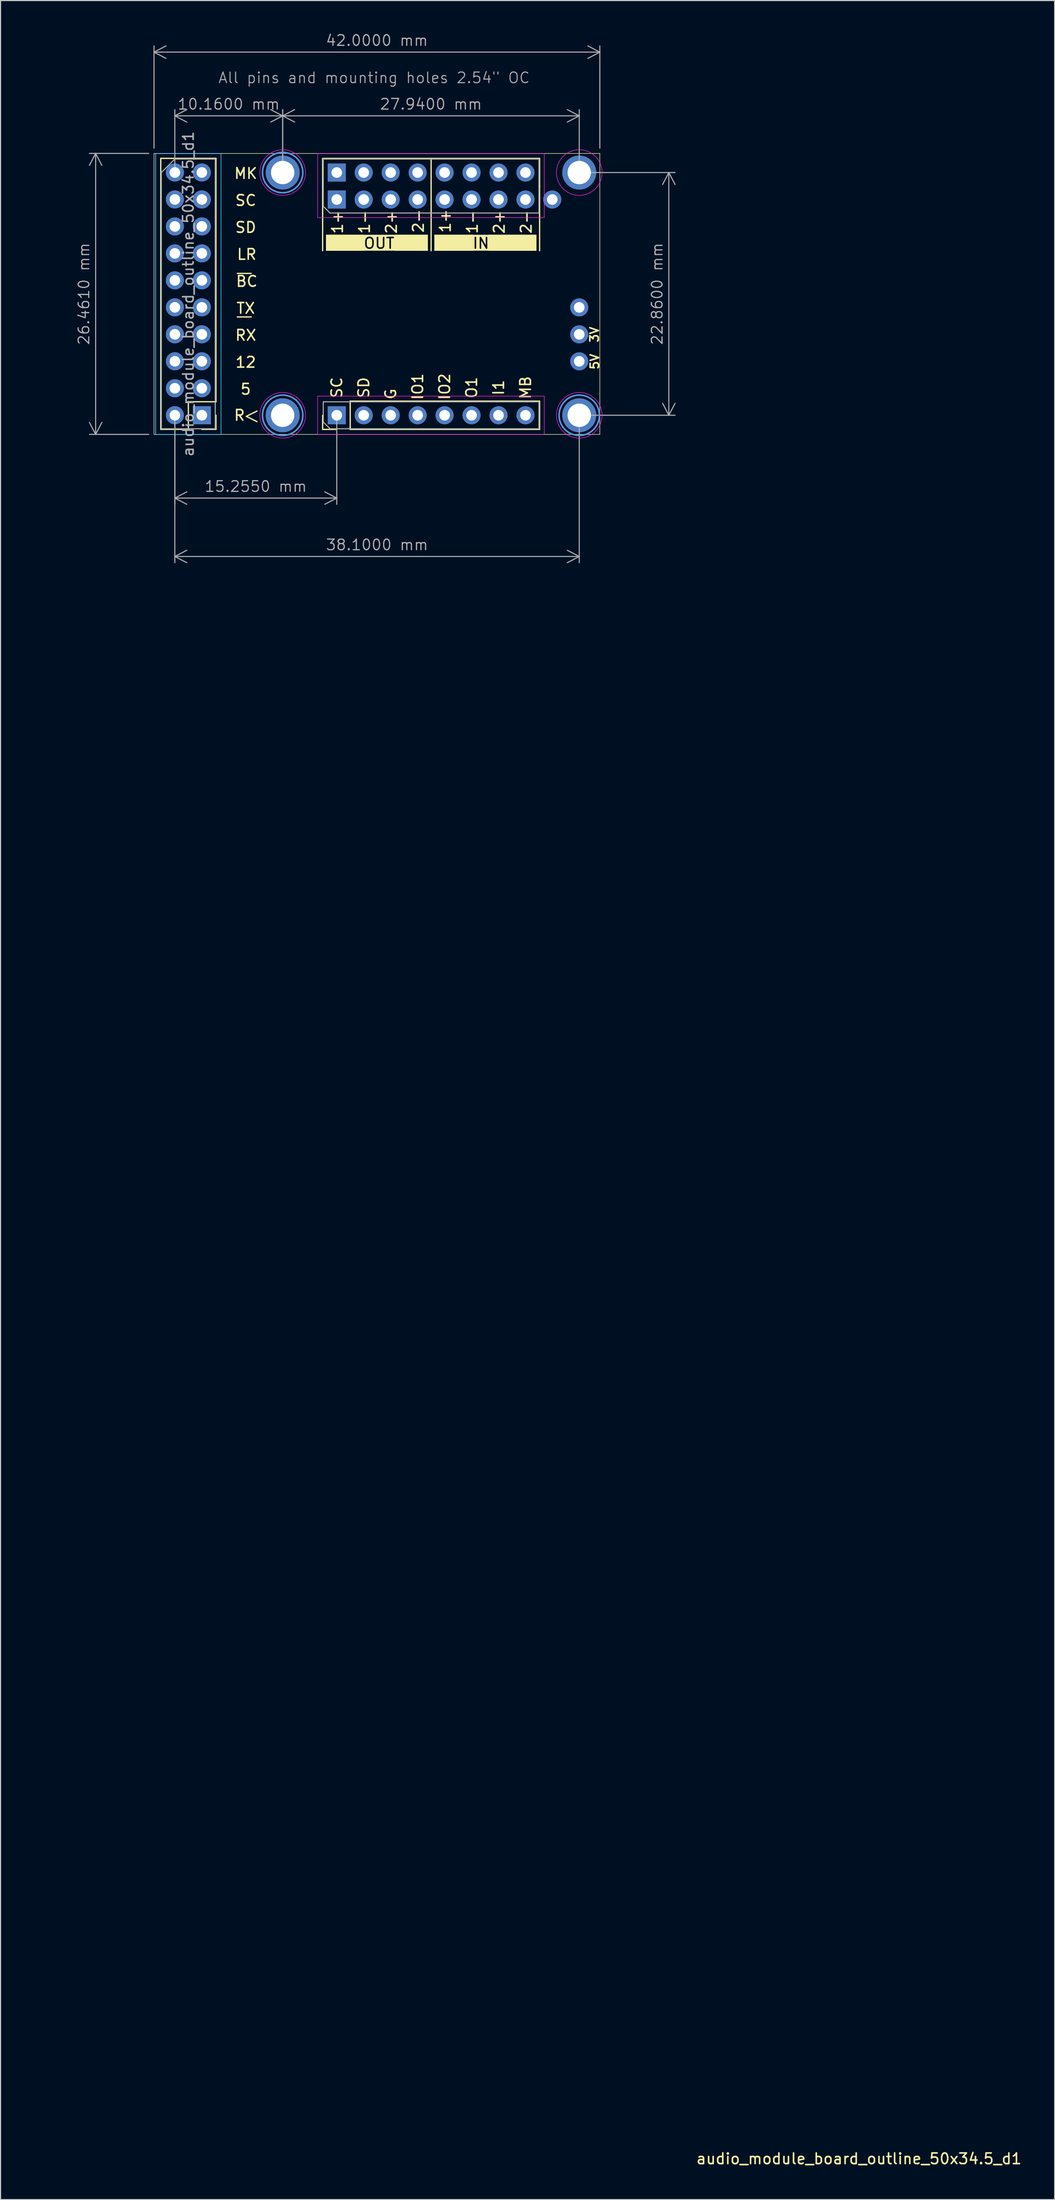
<source format=kicad_pcb>
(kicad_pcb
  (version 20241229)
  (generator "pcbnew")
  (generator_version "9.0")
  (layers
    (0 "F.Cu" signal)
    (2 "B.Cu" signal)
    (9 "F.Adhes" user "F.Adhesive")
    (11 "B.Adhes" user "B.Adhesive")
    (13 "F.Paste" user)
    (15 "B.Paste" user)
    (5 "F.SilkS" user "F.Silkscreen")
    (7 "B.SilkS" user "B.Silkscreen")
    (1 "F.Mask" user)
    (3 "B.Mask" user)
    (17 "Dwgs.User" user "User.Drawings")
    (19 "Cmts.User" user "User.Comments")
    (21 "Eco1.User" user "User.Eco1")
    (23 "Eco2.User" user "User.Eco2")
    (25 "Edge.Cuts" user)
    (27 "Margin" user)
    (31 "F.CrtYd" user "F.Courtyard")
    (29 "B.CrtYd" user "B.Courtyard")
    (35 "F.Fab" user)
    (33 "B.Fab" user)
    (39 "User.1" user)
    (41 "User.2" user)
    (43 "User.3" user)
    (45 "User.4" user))
  (footprint "audio_module_board_outline_50x34.5_d1"
    (layer "F.Cu")
    (at 11.46 37.861)
    (property "Reference" "audio_module_board_outline_50x34.5_d1" (at 66.414 162.401 180) (layer "F.SilkS") (effects (font (size 1 1) (thickness 0.15))))
    (attr through_hole exclude_from_bom)
    (fp_line (start 0 -26.46) (end 42 -26.46) (stroke (width 0.05) (type default)) (layer "F.SilkS"))
    (fp_line (start 0 0) (end 0 -26.46) (stroke (width 0.05) (type default)) (layer "F.SilkS"))
    (fp_line (start 0.635 -0.475) (end 0.635 -25.995) (stroke (width 0.12) (type solid)) (layer "F.SilkS"))
    (fp_line (start 3.235 -3.075) (end 3.235 -0.475) (stroke (width 0.12) (type solid)) (layer "F.SilkS"))
    (fp_line (start 3.235 -0.475) (end 0.635 -0.475) (stroke (width 0.12) (type solid)) (layer "F.SilkS"))
    (fp_line (start 5.835 -25.995) (end 0.635 -25.995) (stroke (width 0.12) (type solid)) (layer "F.SilkS"))
    (fp_line (start 5.835 -3.075) (end 3.235 -3.075) (stroke (width 0.12) (type solid)) (layer "F.SilkS"))
    (fp_line (start 5.835 -3.075) (end 5.835 -25.995) (stroke (width 0.12) (type solid)) (layer "F.SilkS"))
    (fp_line (start 5.835 -1.805) (end 5.835 -0.475) (stroke (width 0.12) (type solid)) (layer "F.SilkS"))
    (fp_line (start 5.835 -0.475) (end 4.505 -0.475) (stroke (width 0.12) (type solid)) (layer "F.SilkS"))
    (fp_line (start 7.845 -15.16) (end 9.155 -15.16) (stroke (width 0.12) (type solid)) (layer "F.SilkS"))
    (fp_line (start 8.7 -1.7) (end 9.7 -1.2) (stroke (width 0.12) (type solid)) (layer "F.SilkS"))
    (fp_line (start 9.155 -11.06) (end 7.845 -11.06) (stroke (width 0.12) (type solid)) (layer "F.SilkS"))
    (fp_line (start 9.7 -2.2) (end 8.7 -1.7) (stroke (width 0.12) (type solid)) (layer "F.SilkS"))
    (fp_line (start 15.885 -25.99) (end 36.325 -25.99) (stroke (width 0.12) (type solid)) (layer "F.SilkS"))
    (fp_line (start 15.885 -20.79) (end 15.885 -25.99) (stroke (width 0.12) (type solid)) (layer "F.SilkS"))
    (fp_line (start 15.885 -20.79) (end 15.885 -17.3) (stroke (width 0.12) (type solid)) (layer "F.SilkS"))
    (fp_line (start 15.885 -0.47) (end 15.885 -1.8) (stroke (width 0.12) (type solid)) (layer "F.SilkS"))
    (fp_line (start 17.215 -0.47) (end 15.885 -0.47) (stroke (width 0.12) (type solid)) (layer "F.SilkS"))
    (fp_line (start 18.485 -3.13) (end 36.325 -3.13) (stroke (width 0.12) (type solid)) (layer "F.SilkS"))
    (fp_line (start 18.485 -0.47) (end 18.485 -3.13) (stroke (width 0.12) (type solid)) (layer "F.SilkS"))
    (fp_line (start 18.485 -0.47) (end 36.325 -0.47) (stroke (width 0.12) (type solid)) (layer "F.SilkS"))
    (fp_line (start 26.105 -25.99) (end 26.105 -17.3) (stroke (width 0.12) (type solid)) (layer "F.SilkS"))
    (fp_line (start 36.325 -23.33) (end 36.325 -25.99) (stroke (width 0.12) (type solid)) (layer "F.SilkS"))
    (fp_line (start 36.325 -17.3) (end 36.325 -23.45) (stroke (width 0.12) (type solid)) (layer "F.SilkS"))
    (fp_line (start 36.325 -0.47) (end 36.325 -3.13) (stroke (width 0.12) (type solid)) (layer "F.SilkS"))
    (fp_line (start 42 -26.46) (end 42 0) (stroke (width 0.05) (type default)) (layer "F.SilkS"))
    (fp_line (start 42 0) (end 0 0) (stroke (width 0.05) (type default)) (layer "F.SilkS"))
    (fp_rect (start 16.2 -18.8) (end 19.8 -17.3) (stroke (width 0) (type solid)) (fill yes) (layer "F.SilkS"))
    (fp_rect (start 16.2 -18.8) (end 25.8 -18.7) (stroke (width 0) (type solid)) (fill yes) (layer "F.SilkS"))
    (fp_rect (start 16.2 -17.4) (end 25.8 -17.3) (stroke (width 0) (type solid)) (fill yes) (layer "F.SilkS"))
    (fp_rect (start 22.7 -18.8) (end 25.8 -17.3) (stroke (width 0) (type solid)) (fill yes) (layer "F.SilkS"))
    (fp_rect (start 26.4 -18.8) (end 36 -18.7) (stroke (width 0) (type solid)) (fill yes) (layer "F.SilkS"))
    (fp_rect (start 26.4 -17.4) (end 36 -17.3) (stroke (width 0) (type solid)) (fill yes) (layer "F.SilkS"))
    (fp_rect (start 26.41 -18.8) (end 30.1 -17.3) (stroke (width 0) (type solid)) (fill yes) (layer "F.SilkS"))
    (fp_rect (start 31.5 -18.8) (end 36.03 -17.3) (stroke (width 0) (type solid)) (fill yes) (layer "F.SilkS"))
    (fp_circle (center 12.12 -24.66) (end 14.02 -24.66) (stroke (width 0.15) (type solid)) (fill no) (layer "Cmts.User"))
    (fp_circle (center 12.12 -1.8) (end 14.02 -1.8) (stroke (width 0.15) (type solid)) (fill no) (layer "Cmts.User"))
    (fp_circle (center 40.06 -1.8) (end 41.96 -1.8) (stroke (width 0.15) (type solid)) (fill no) (layer "Cmts.User"))
    (fp_rect (start 0.15 -26.46) (end 6.31 0) (stroke (width 0.05) (type default)) (fill no) (layer "B.CrtYd"))
    (fp_line (start 0.155 -26.455) (end 0.155 -0.005) (stroke (width 0.05) (type solid)) (layer "F.CrtYd"))
    (fp_line (start 0.155 -0.005) (end 6.305 -0.005) (stroke (width 0.05) (type solid)) (layer "F.CrtYd"))
    (fp_line (start 6.305 -26.455) (end 0.155 -26.455) (stroke (width 0.05) (type solid)) (layer "F.CrtYd"))
    (fp_line (start 6.305 -0.005) (end 6.305 -26.455) (stroke (width 0.05) (type solid)) (layer "F.CrtYd"))
    (fp_line (start 15.415 -26.46) (end 15.415 -20.42) (stroke (width 0.05) (type solid)) (layer "F.CrtYd"))
    (fp_line (start 15.415 -20.42) (end 36.765 -20.42) (stroke (width 0.05) (type solid)) (layer "F.CrtYd"))
    (fp_line (start 15.415 -3.6) (end 15.415 0) (stroke (width 0.05) (type solid)) (layer "F.CrtYd"))
    (fp_line (start 15.415 0) (end 36.765 0) (stroke (width 0.05) (type solid)) (layer "F.CrtYd"))
    (fp_line (start 36.765 -26.46) (end 15.415 -26.46) (stroke (width 0.05) (type solid)) (layer "F.CrtYd"))
    (fp_line (start 36.765 -20.42) (end 36.765 -26.46) (stroke (width 0.05) (type solid)) (layer "F.CrtYd"))
    (fp_line (start 36.765 -3.6) (end 15.415 -3.6) (stroke (width 0.05) (type solid)) (layer "F.CrtYd"))
    (fp_line (start 36.765 0) (end 36.765 -3.6) (stroke (width 0.05) (type solid)) (layer "F.CrtYd"))
    (fp_circle (center 12.12 -24.66) (end 14.27 -24.66) (stroke (width 0.05) (type solid)) (fill no) (layer "F.CrtYd"))
    (fp_circle (center 12.12 -1.8) (end 14.27 -1.8) (stroke (width 0.05) (type solid)) (fill no) (layer "F.CrtYd"))
    (fp_circle (center 40.06 -24.66) (end 42.21 -24.66) (stroke (width 0.05) (type solid)) (fill no) (layer "F.CrtYd"))
    (fp_circle (center 40.06 -1.8) (end 42.21 -1.8) (stroke (width 0.05) (type solid)) (fill no) (layer "F.CrtYd"))
    (fp_line (start 0.69 -24.66) (end 1.96 -25.93) (stroke (width 0.1) (type solid)) (layer "F.Fab"))
    (fp_line (start 0.69 -0.53) (end 0.69 -24.66) (stroke (width 0.1) (type solid)) (layer "F.Fab"))
    (fp_line (start 1.96 -25.93) (end 5.77 -25.93) (stroke (width 0.1) (type solid)) (layer "F.Fab"))
    (fp_line (start 5.77 -25.93) (end 5.77 -0.53) (stroke (width 0.1) (type solid)) (layer "F.Fab"))
    (fp_line (start 5.77 -0.53) (end 0.69 -0.53) (stroke (width 0.1) (type solid)) (layer "F.Fab"))
    (fp_line (start 15.945 -25.93) (end 36.265 -25.93) (stroke (width 0.1) (type solid)) (layer "F.Fab"))
    (fp_line (start 15.945 -24.025) (end 15.945 -25.93) (stroke (width 0.1) (type solid)) (layer "F.Fab"))
    (fp_line (start 15.945 -21.485) (end 15.945 -25.99) (stroke (width 0.1) (type solid)) (layer "F.Fab"))
    (fp_line (start 15.945 -3.07) (end 36.265 -3.07) (stroke (width 0.1) (type solid)) (layer "F.Fab"))
    (fp_line (start 15.945 -1.165) (end 15.945 -3.07) (stroke (width 0.1) (type solid)) (layer "F.Fab"))
    (fp_line (start 16.58 -20.85) (end 15.945 -21.485) (stroke (width 0.1) (type solid)) (layer "F.Fab"))
    (fp_line (start 16.58 -0.53) (end 15.945 -1.165) (stroke (width 0.1) (type solid)) (layer "F.Fab"))
    (fp_line (start 36.265 -25.93) (end 36.265 -23.39) (stroke (width 0.1) (type solid)) (layer "F.Fab"))
    (fp_line (start 36.265 -23.39) (end 36.265 -20.85) (stroke (width 0.1) (type solid)) (layer "F.Fab"))
    (fp_line (start 36.265 -20.85) (end 16.58 -20.85) (stroke (width 0.1) (type solid)) (layer "F.Fab"))
    (fp_line (start 36.265 -3.07) (end 36.265 -0.53) (stroke (width 0.1) (type solid)) (layer "F.Fab"))
    (fp_line (start 36.265 -0.53) (end 16.58 -0.53) (stroke (width 0.1) (type solid)) (layer "F.Fab"))
    (fp_text user "BC" (at 8.735 -14.415 0) (unlocked yes) (layer "F.SilkS") (effects (font (size 1 1) (thickness 0.15))))
    (fp_text user "2-" (at 24.9 -20.1 90) (unlocked yes) (layer "F.SilkS") (effects (font (size 1 1) (thickness 0.15))))
    (fp_text user "TX" (at 8.64 -11.875 0) (unlocked yes) (layer "F.SilkS") (effects (font (size 1 1) (thickness 0.15))))
    (fp_text user "SC" (at 17.22 -4.405 90) (unlocked yes) (layer "F.SilkS") (effects (font (size 1 1) (thickness 0.15))))
    (fp_text user "5V" (at 41.52 -6.85 90) (unlocked yes) (layer "F.SilkS") (effects (font (size 0.8 0.8) (thickness 0.15))))
    (fp_text user "IO2" (at 27.38 -4.5 90) (unlocked yes) (layer "F.SilkS") (effects (font (size 1 1) (thickness 0.15))))
    (fp_text user "1+" (at 27.44 -20.1 90) (unlocked yes) (layer "F.SilkS") (effects (font (size 1 1) (thickness 0.15))))
    (fp_text user "12" (at 8.64 -6.795 0) (unlocked yes) (layer "F.SilkS") (effects (font (size 1 1) (thickness 0.15))))
    (fp_text user "O1" (at 29.92 -4.405 90) (unlocked yes) (layer "F.SilkS") (effects (font (size 1 1) (thickness 0.15))))
    (fp_text user "G" (at 22.3 -3.805 90) (unlocked yes) (layer "F.SilkS") (effects (font (size 1 1) (thickness 0.15))))
    (fp_text user "MB" (at 35 -4.405 90) (unlocked yes) (layer "F.SilkS") (effects (font (size 1 1) (thickness 0.15))))
    (fp_text user "1-" (at 29.98 -20.005 90) (unlocked yes) (layer "F.SilkS") (effects (font (size 1 1) (thickness 0.15))))
    (fp_text user "3V" (at 41.49 -9.4 90) (unlocked yes) (layer "F.SilkS") (effects (font (size 0.8 0.8) (thickness 0.15))))
    (fp_text user "SD" (at 19.76 -4.405 90) (unlocked yes) (layer "F.SilkS") (effects (font (size 1 1) (thickness 0.15))))
    (fp_text user "2+" (at 22.36 -20.005 90) (unlocked yes) (layer "F.SilkS") (effects (font (size 1 1) (thickness 0.15))))
    (fp_text user "R" (at 8.05 -1.8 0) (unlocked yes) (layer "F.SilkS") (effects (font (size 1 1) (thickness 0.15))))
    (fp_text user "IN" (at 30.8 -18 0) (unlocked yes) (layer "F.SilkS" knockout) (effects (font (size 1 1) (thickness 0.15))))
    (fp_text user "2-" (at 35.06 -20.005 90) (unlocked yes) (layer "F.SilkS") (effects (font (size 1 1) (thickness 0.15))))
    (fp_text user "LR" (at 8.735 -16.955 0) (unlocked yes) (layer "F.SilkS") (effects (font (size 1 1) (thickness 0.15))))
    (fp_text user "5" (at 8.64 -4.255 0) (unlocked yes) (layer "F.SilkS") (effects (font (size 1 1) (thickness 0.15))))
    (fp_text user "RX" (at 8.64 -9.335 0) (unlocked yes) (layer "F.SilkS") (effects (font (size 1 1) (thickness 0.15))))
    (fp_text user "OUT" (at 21.2 -18 0) (unlocked yes) (layer "F.SilkS" knockout) (effects (font (size 1 1) (thickness 0.15))))
    (fp_text user "1+" (at 17.28 -20.005 90) (unlocked yes) (layer "F.SilkS") (effects (font (size 1 1) (thickness 0.15))))
    (fp_text user "SD" (at 8.64 -19.495 0) (unlocked yes) (layer "F.SilkS") (effects (font (size 1 1) (thickness 0.15))))
    (fp_text user "MK" (at 8.64 -24.575 0) (unlocked yes) (layer "F.SilkS") (effects (font (size 1 1) (thickness 0.15))))
    (fp_text user "2+" (at 32.52 -20.005 90) (unlocked yes) (layer "F.SilkS") (effects (font (size 1 1) (thickness 0.15))))
    (fp_text user "IO1" (at 24.84 -4.5 90) (unlocked yes) (layer "F.SilkS") (effects (font (size 1 1) (thickness 0.15))))
    (fp_text user "I1" (at 32.46 -4.405 90) (unlocked yes) (layer "F.SilkS") (effects (font (size 1 1) (thickness 0.15))))
    (fp_text user "1-" (at 19.82 -20.005 90) (unlocked yes) (layer "F.SilkS") (effects (font (size 1 1) (thickness 0.15))))
    (fp_text user "SC" (at 8.64 -22.035 0) (unlocked yes) (layer "F.SilkS") (effects (font (size 1 1) (thickness 0.15))))
    (fp_text user "All pins and mounting holes 2.54\" OC" (at 6 -33 0) (unlocked yes) (layer "F.Fab") (effects (font (size 1 1) (thickness 0.1)) (justify left bottom)))
    (fp_text user "${REFERENCE}" (at 3.23 -13.23 90) (layer "F.Fab") (effects (font (size 1 1) (thickness 0.15))))
    (dimension (type orthogonal) (layer "F.Fab") (pts (xy 11.46 11.4) (xy 11.46 37.861)) (height -5.5) (orientation 1) (format (prefix "") (suffix "") (units 3) (units_format 1) (precision 4)) (style (thickness 0.1) (arrow_length 1.27) (text_position_mode 0) (arrow_direction outward) (extension_height 0.586) (extension_offset 0.5) (keep_text_aligned yes)) (gr_text "26.4600 mm" (at 4.86 24.631 90) (layer "F.Fab") (effects (font (size 1 1) (thickness 0.1)))))
    (dimension (type orthogonal) (layer "F.Fab") (pts (xy 11.46 11.4) (xy 53.46 11.4)) (height -9.54) (orientation 0) (format (prefix "") (suffix "") (units 3) (units_format 1) (precision 4)) (style (thickness 0.1) (arrow_length 1.27) (text_position_mode 0) (arrow_direction outward) (extension_height 0.586) (extension_offset 0.5) (keep_text_aligned yes)) (gr_text "42.0000 mm" (at 32.46 0.76 0) (layer "F.Fab") (effects (font (size 1 1) (thickness 0.1)))))
    (dimension (type orthogonal) (layer "F.Fab") (pts (xy 13.42 36.06) (xy 51.52 36.06)) (height 13.3) (orientation 0) (format (prefix "") (suffix "") (units 3) (units_format 1) (precision 4)) (style (thickness 0.1) (arrow_length 1.27) (text_position_mode 0) (arrow_direction outward) (extension_height 0.586) (extension_offset 0.5) (keep_text_aligned yes)) (gr_text "38.1000 mm" (at 32.47 48.261 0) (layer "F.Fab") (effects (font (size 1 1) (thickness 0.1)))))
    (dimension (type orthogonal) (layer "F.Fab") (pts (xy 51.52 13.2) (xy 51.52 36.06)) (height 8.44) (orientation 1) (format (prefix "") (suffix "") (units 3) (units_format 1) (precision 4)) (style (thickness 0.1) (arrow_length 1.27) (text_position_mode 0) (arrow_direction outward) (extension_height 0.586) (extension_offset 0.5) (keep_text_aligned yes)) (gr_text "22.8600 mm" (at 58.86 24.631 90) (layer "F.Fab") (effects (font (size 1 1) (thickness 0.1)))))
    (dimension (type orthogonal) (layer "F.Fab") (pts (xy 23.58 13.2) (xy 51.52 13.2)) (height -5.34) (orientation 0) (format (prefix "") (suffix "") (units 3) (units_format 1) (precision 4)) (style (thickness 0.1) (arrow_length 1.27) (text_position_mode 0) (arrow_direction outward) (extension_height 0.586) (extension_offset 0.5) (keep_text_aligned yes)) (gr_text "27.9400 mm" (at 37.55 6.761 0) (layer "F.Fab") (effects (font (size 1 1) (thickness 0.1)))))
    (dimension (type orthogonal) (layer "F.Fab") (pts (xy 13.42 36.06) (xy 28.675 36.06)) (height 7.8) (orientation 0) (format (prefix "") (suffix "") (units 3) (units_format 1) (precision 4)) (style (thickness 0.1) (arrow_length 1.27) (text_position_mode 0) (arrow_direction outward) (extension_height 0.586) (extension_offset 0.5) (keep_text_aligned yes)) (gr_text "15.2550 mm" (at 21.047 42.761 0) (layer "F.Fab") (effects (font (size 1 1) (thickness 0.1)))))
    (dimension (type orthogonal) (layer "F.Fab") (pts (xy 13.42 13.2) (xy 23.58 13.2)) (height -5.34) (orientation 0) (format (prefix "") (suffix "") (units 3) (units_format 1) (precision 4)) (style (thickness 0.1) (arrow_length 1.27) (text_position_mode 0) (arrow_direction outward) (extension_height 0.586) (extension_offset 0.5) (keep_text_aligned yes)) (gr_text "10.1600 mm" (at 18.5 6.761 0) (layer "F.Fab") (effects (font (size 1 1) (thickness 0.1)))))
    (pad "1" thru_hole rect (at 4.505 -1.805 180) (size 1.7 1.7) (drill 1) (layers "*.Cu" "*.Mask"))
    (pad "2" thru_hole oval (at 1.965 -1.805 180) (size 1.7 1.7) (drill 1) (layers "*.Cu" "*.Mask"))
    (pad "3" thru_hole oval (at 4.505 -4.345 180) (size 1.7 1.7) (drill 1) (layers "*.Cu" "*.Mask"))
    (pad "4" thru_hole oval (at 1.965 -4.345 180) (size 1.7 1.7) (drill 1) (layers "*.Cu" "*.Mask"))
    (pad "5" thru_hole oval (at 4.505 -6.885 180) (size 1.7 1.7) (drill 1) (layers "*.Cu" "*.Mask"))
    (pad "6" thru_hole oval (at 1.965 -6.885 180) (size 1.7 1.7) (drill 1) (layers "*.Cu" "*.Mask"))
    (pad "7" thru_hole oval (at 4.505 -9.425 180) (size 1.7 1.7) (drill 1) (layers "*.Cu" "*.Mask"))
    (pad "8" thru_hole oval (at 1.965 -9.425 180) (size 1.7 1.7) (drill 1) (layers "*.Cu" "*.Mask"))
    (pad "9" thru_hole oval (at 4.505 -11.965 180) (size 1.7 1.7) (drill 1) (layers "*.Cu" "*.Mask"))
    (pad "10" thru_hole oval (at 1.965 -11.965 180) (size 1.7 1.7) (drill 1) (layers "*.Cu" "*.Mask"))
    (pad "11" thru_hole oval (at 4.505 -14.505 180) (size 1.7 1.7) (drill 1) (layers "*.Cu" "*.Mask"))
    (pad "12" thru_hole oval (at 1.965 -14.505 180) (size 1.7 1.7) (drill 1) (layers "*.Cu" "*.Mask"))
    (pad "13" thru_hole oval (at 4.505 -17.045 180) (size 1.7 1.7) (drill 1) (layers "*.Cu" "*.Mask"))
    (pad "14" thru_hole oval (at 1.965 -17.045 180) (size 1.7 1.7) (drill 1) (layers "*.Cu" "*.Mask"))
    (pad "15" thru_hole oval (at 4.505 -19.585 180) (size 1.7 1.7) (drill 1) (layers "*.Cu" "*.Mask"))
    (pad "16" thru_hole oval (at 1.965 -19.585 180) (size 1.7 1.7) (drill 1) (layers "*.Cu" "*.Mask"))
    (pad "17" thru_hole oval (at 4.505 -22.125 180) (size 1.7 1.7) (drill 1) (layers "*.Cu" "*.Mask"))
    (pad "18" thru_hole oval (at 1.965 -22.125 180) (size 1.7 1.7) (drill 1) (layers "*.Cu" "*.Mask"))
    (pad "19" thru_hole oval (at 4.505 -24.665 180) (size 1.7 1.7) (drill 1) (layers "*.Cu" "*.Mask"))
    (pad "20" thru_hole oval (at 1.965 -24.665 180) (size 1.7 1.7) (drill 1) (layers "*.Cu" "*.Mask"))
    (pad "21" thru_hole rect (at 17.215 -22.12 90) (size 1.7 1.7) (drill 1) (layers "*.Cu" "*.Mask"))
    (pad "22" thru_hole rect (at 17.215 -24.66 90) (size 1.7 1.7) (drill 1) (layers "*.Cu" "*.Mask"))
    (pad "23" thru_hole oval (at 19.755 -22.12 90) (size 1.7 1.7) (drill 1) (layers "*.Cu" "*.Mask"))
    (pad "24" thru_hole oval (at 19.755 -24.66 90) (size 1.7 1.7) (drill 1) (layers "*.Cu" "*.Mask"))
    (pad "25" thru_hole oval (at 22.295 -22.12 90) (size 1.7 1.7) (drill 1) (layers "*.Cu" "*.Mask"))
    (pad "26" thru_hole oval (at 22.295 -24.66 90) (size 1.7 1.7) (drill 1) (layers "*.Cu" "*.Mask"))
    (pad "27" thru_hole oval (at 24.835 -22.12 90) (size 1.7 1.7) (drill 1) (layers "*.Cu" "*.Mask"))
    (pad "28" thru_hole oval (at 24.835 -24.66 90) (size 1.7 1.7) (drill 1) (layers "*.Cu" "*.Mask"))
    (pad "29" thru_hole oval (at 27.375 -22.12 90) (size 1.7 1.7) (drill 1) (layers "*.Cu" "*.Mask"))
    (pad "30" thru_hole oval (at 27.375 -24.66 90) (size 1.7 1.7) (drill 1) (layers "*.Cu" "*.Mask"))
    (pad "31" thru_hole oval (at 29.915 -22.12 90) (size 1.7 1.7) (drill 1) (layers "*.Cu" "*.Mask"))
    (pad "32" thru_hole oval (at 29.915 -24.66 90) (size 1.7 1.7) (drill 1) (layers "*.Cu" "*.Mask"))
    (pad "33" thru_hole oval (at 32.455 -22.12 90) (size 1.7 1.7) (drill 1) (layers "*.Cu" "*.Mask"))
    (pad "34" thru_hole oval (at 32.455 -24.66 90) (size 1.7 1.7) (drill 1) (layers "*.Cu" "*.Mask"))
    (pad "35" thru_hole oval (at 34.995 -22.12 90) (size 1.7 1.7) (drill 1) (layers "*.Cu" "*.Mask"))
    (pad "36" thru_hole oval (at 34.995 -24.66 90) (size 1.7 1.7) (drill 1) (layers "*.Cu" "*.Mask"))
    (pad "37" thru_hole rect (at 17.215 -1.8 90) (size 1.7 1.7) (drill 1) (layers "*.Cu" "*.Mask"))
    (pad "38" thru_hole oval (at 19.755 -1.8 90) (size 1.7 1.7) (drill 1) (layers "*.Cu" "*.Mask"))
    (pad "39" thru_hole oval (at 22.295 -1.8 90) (size 1.7 1.7) (drill 1) (layers "*.Cu" "*.Mask"))
    (pad "40" thru_hole oval (at 24.835 -1.8 90) (size 1.7 1.7) (drill 1) (layers "*.Cu" "*.Mask"))
    (pad "41" thru_hole oval (at 27.375 -1.8 90) (size 1.7 1.7) (drill 1) (layers "*.Cu" "*.Mask"))
    (pad "42" thru_hole oval (at 29.915 -1.8 90) (size 1.7 1.7) (drill 1) (layers "*.Cu" "*.Mask"))
    (pad "43" thru_hole oval (at 32.455 -1.8 90) (size 1.7 1.7) (drill 1) (layers "*.Cu" "*.Mask"))
    (pad "44" thru_hole oval (at 34.995 -1.8 90) (size 1.7 1.7) (drill 1) (layers "*.Cu" "*.Mask"))
    (pad "45" thru_hole oval (at 40.06 -6.88 90) (size 1.7 1.7) (drill 1) (layers "*.Cu" "*.Mask"))
    (pad "46" thru_hole oval (at 40.06 -9.42 90) (size 1.7 1.7) (drill 1) (layers "*.Cu" "*.Mask"))
    (pad "47" thru_hole oval (at 40.06 -11.96 90) (size 1.7 1.7) (drill 1) (layers "*.Cu" "*.Mask"))
    (pad "48" thru_hole oval (at 37.52 -22.12 90) (size 1.7 1.7) (drill 1) (layers "*.Cu" "*.Mask"))
    (pad "49" thru_hole circle (at 12.12 -24.66) (size 3.2 3.2) (drill 2.2) (layers "*.Cu" "*.Mask"))
    (pad "50" thru_hole circle (at 40.06 -24.66) (size 3.2 3.2) (drill 2.2) (layers "*.Cu" "*.Mask"))
    (pad "51" thru_hole circle (at 12.12 -1.8) (size 3.2 3.2) (drill 2.2) (layers "*.Cu" "*.Mask"))
    (pad "52" thru_hole circle (at 40.06 -1.8) (size 3.2 3.2) (drill 2.2) (layers "*.Cu" "*.Mask")))
  (gr_rect
    (start -3 -3)
    (end 96.308 204.11)
    (stroke (width 0.1) (type default))
    (fill no)
    (layer "Edge.Cuts")))
</source>
